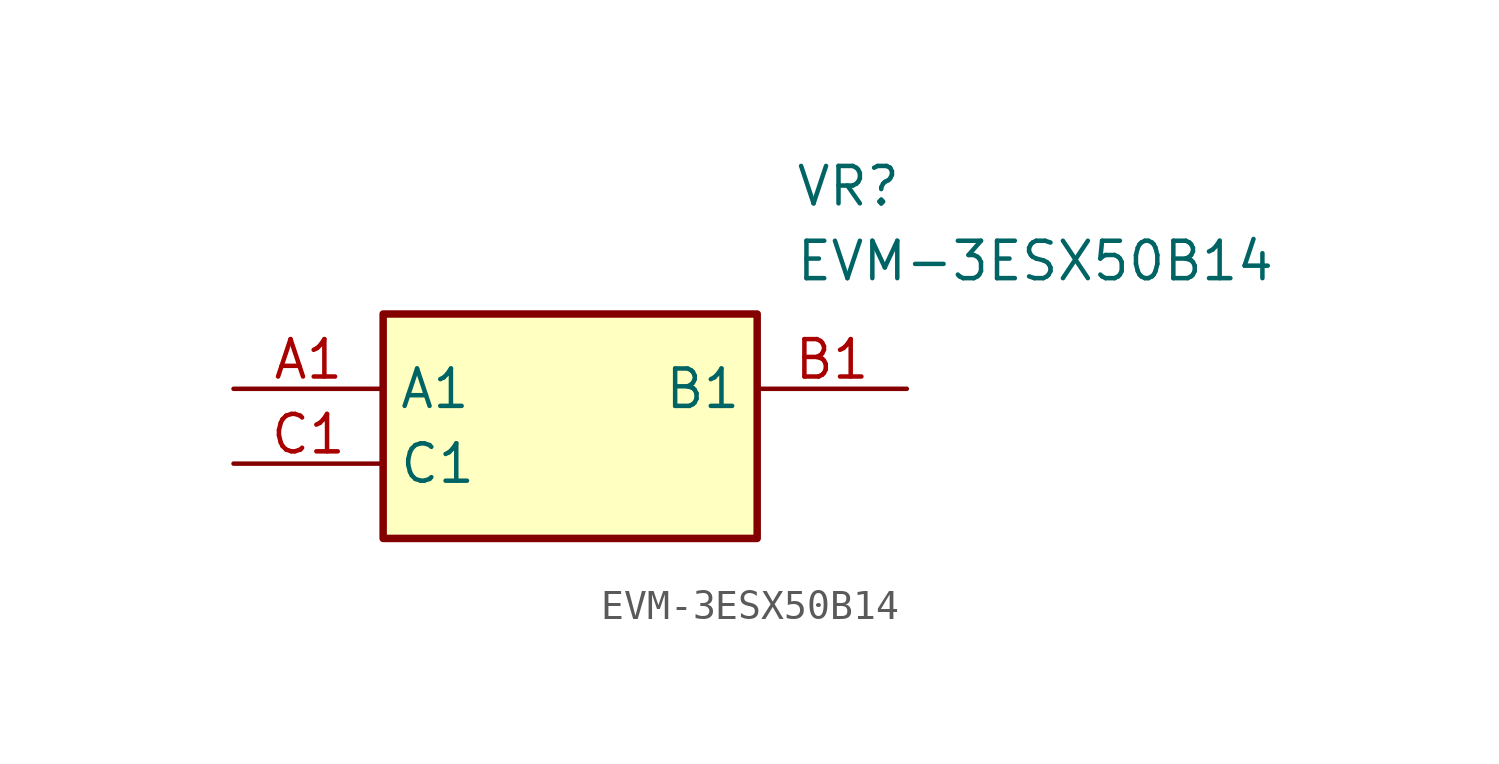
<source format=kicad_sym>
(kicad_symbol_lib
  (version 20211014)
  (generator SamacSys_ECAD_Model)
  (symbol "EVM-3ESX50B14"
    (property "Reference" "VR"
      (at 19.05 7.62 0)
      (effects (font (size 1.27 1.27)) (justify left top)))
    (property "Value" "EVM-3ESX50B14"
      (at 19.05 5.08 0)
      (effects (font (size 1.27 1.27)) (justify left top)))
    (rectangle
      (start 5.08 2.54)
      (end 17.78 -5.08)
      (stroke (width 0.254) (type default))
      (fill (type background)))
    (pin passive line
      (at 0 0 0)
      (length 5.08)
      (name "A1" (effects (font (size 1.27 1.27))))
      (number "A1" (effects (font (size 1.27 1.27)))))
    (pin passive line
      (at 22.86 0 180)
      (length 5.08)
      (name "B1" (effects (font (size 1.27 1.27))))
      (number "B1" (effects (font (size 1.27 1.27)))))
    (pin passive line
      (at 0 -2.54 0)
      (length 5.08)
      (name "C1" (effects (font (size 1.27 1.27))))
      (number "C1" (effects (font (size 1.27 1.27)))))))
</source>
